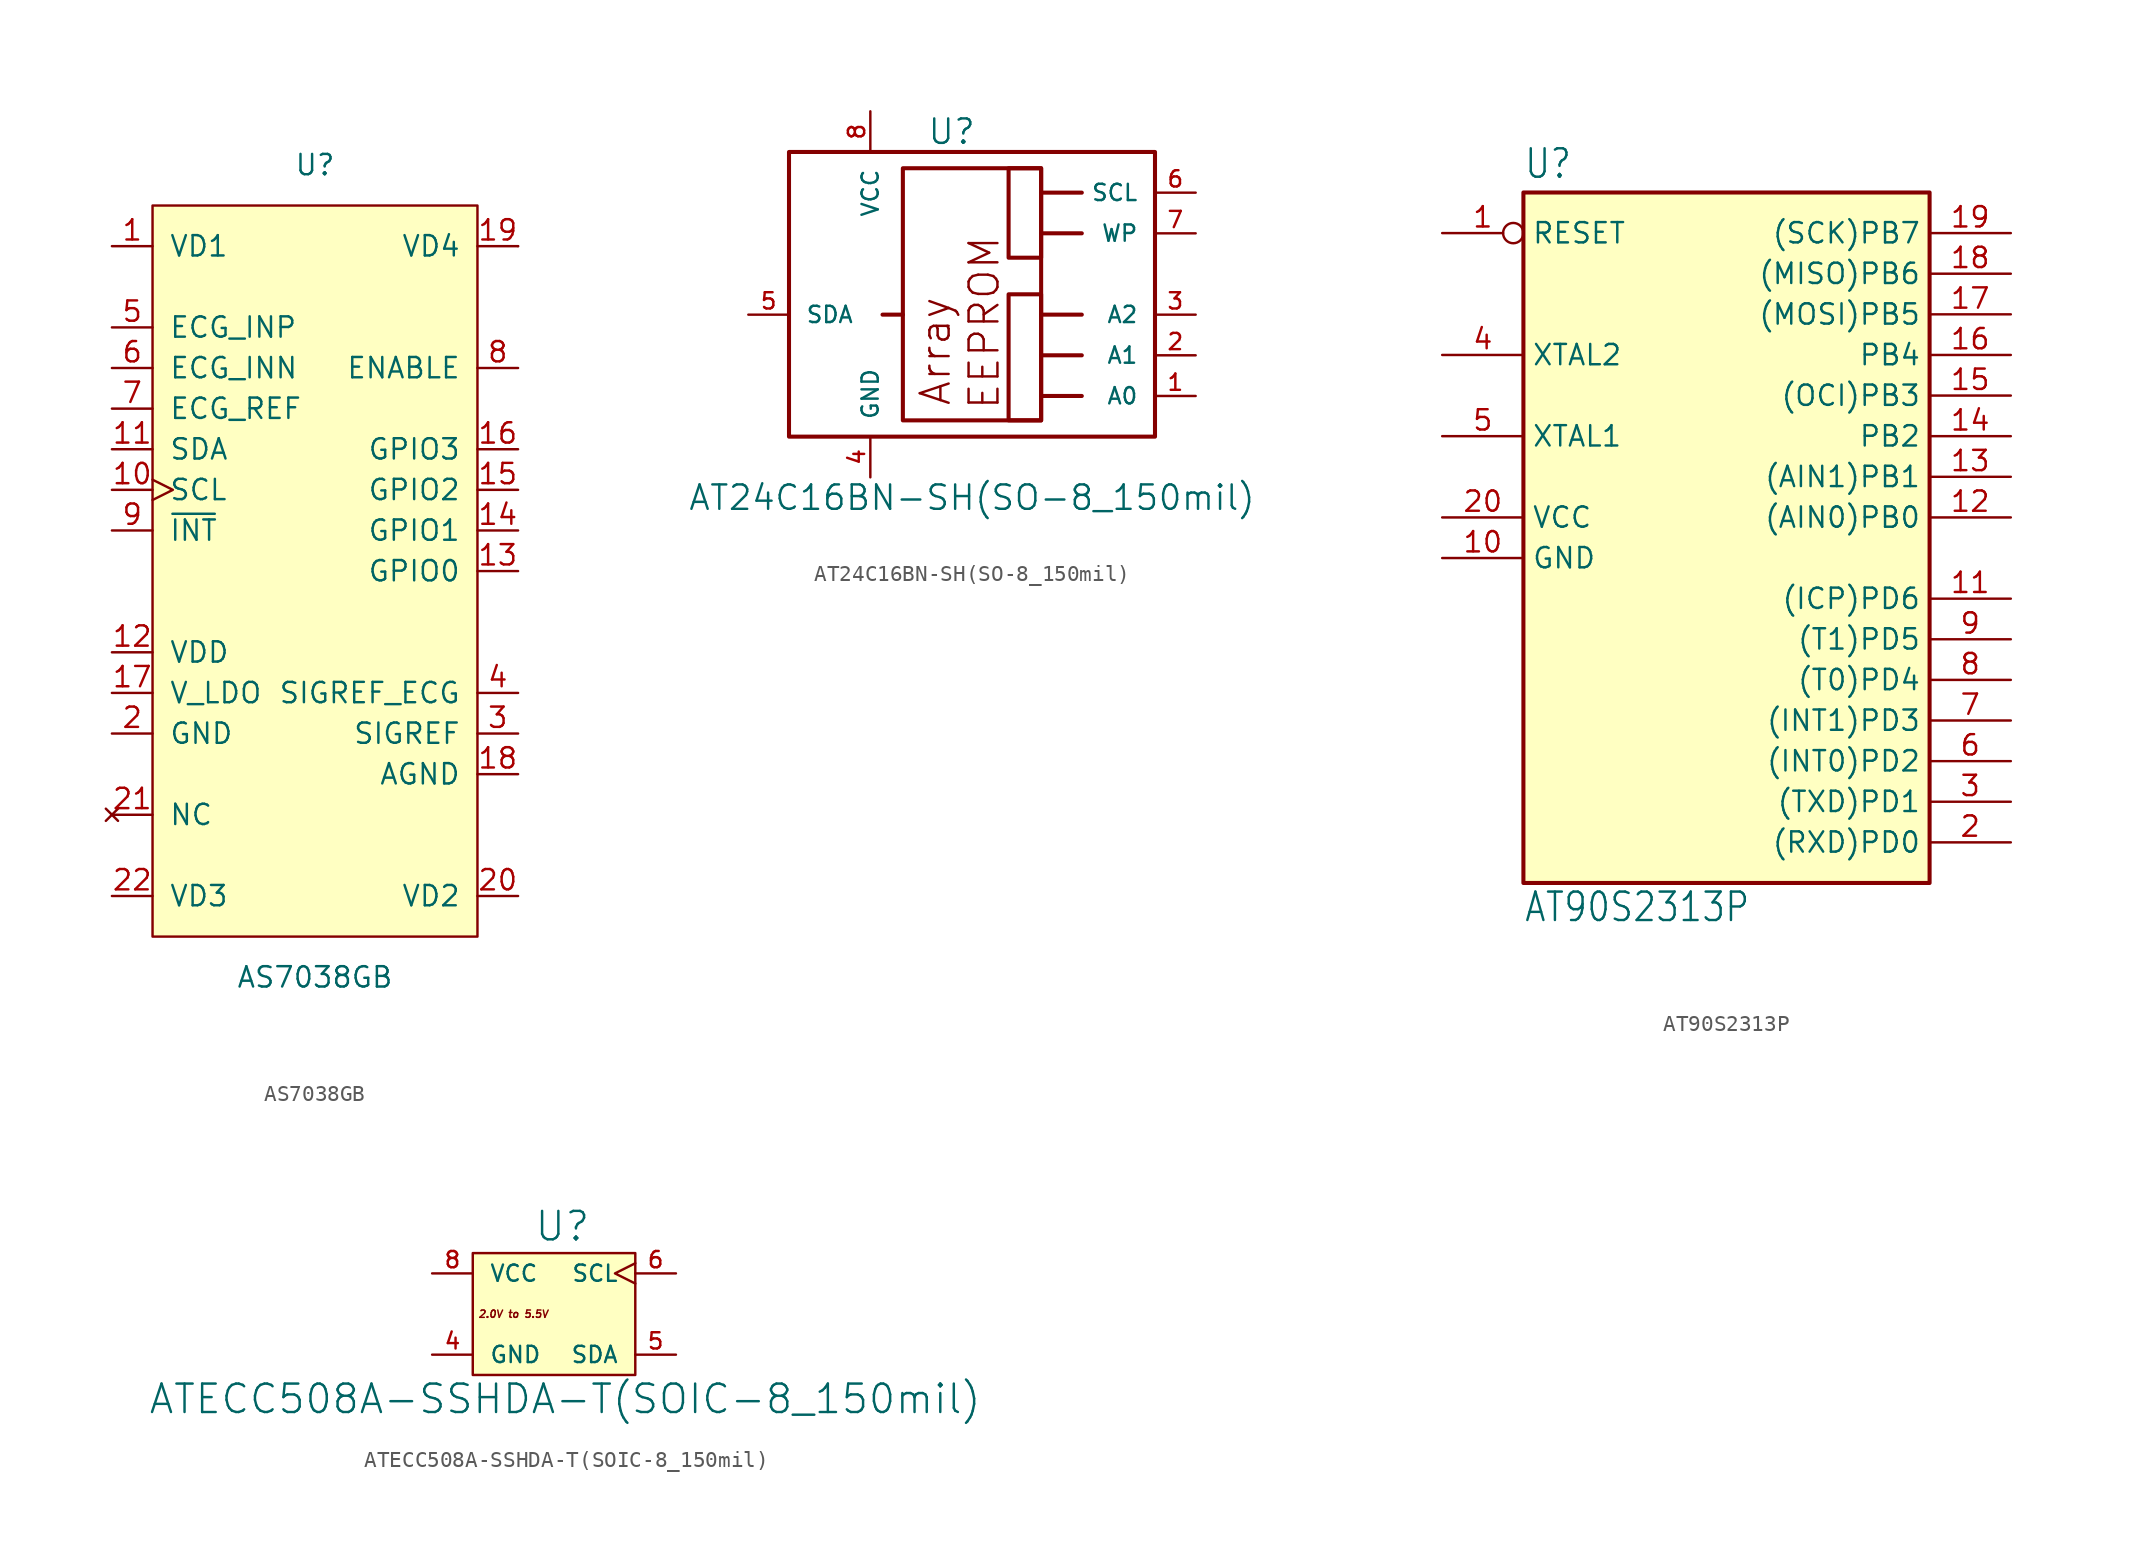
<source format=kicad_sym>
(kicad_symbol_lib
  (version 20220914)
  (generator kicad_symbol_editor)
  (symbol "AS7038GB"
    (pin_names
      (offset 1.016))
    (property "Reference" "U"
      (at 0 25.4 0)
      (effects (font (size 1.27 1.27))))
    (property "Value" "AS7038GB"
      (at 0 -25.4 0)
      (effects (font (size 1.27 1.27))))
    (symbol "AS7038GB_0_1"
      (rectangle (start -10.16 22.86) (end 10.16 -22.86) (stroke (width 0) (type solid)) (fill (type background)))
      (rectangle (start 12.7 20.32) (end 12.7 20.32) (stroke (width 0) (type solid)) (fill (type none))))
    (symbol "AS7038GB_1_1"
      (pin input line (at -12.7 20.32 0) (length 2.54) (name "VD1" (effects (font (size 1.27 1.27)))) (number "1" (effects (font (size 1.27 1.27)))))
      (pin input clock (at -12.7 5.08 0) (length 2.54) (name "SCL" (effects (font (size 1.27 1.27)))) (number "10" (effects (font (size 1.27 1.27)))))
      (pin input line (at -12.7 7.62 0) (length 2.54) (name "SDA" (effects (font (size 1.27 1.27)))) (number "11" (effects (font (size 1.27 1.27)))))
      (pin power_in line (at -12.7 -5.08 0) (length 2.54) (name "VDD" (effects (font (size 1.27 1.27)))) (number "12" (effects (font (size 1.27 1.27)))))
      (pin bidirectional line (at 12.7 0 180) (length 2.54) (name "GPIO0" (effects (font (size 1.27 1.27)))) (number "13" (effects (font (size 1.27 1.27)))))
      (pin bidirectional line (at 12.7 2.54 180) (length 2.54) (name "GPIO1" (effects (font (size 1.27 1.27)))) (number "14" (effects (font (size 1.27 1.27)))))
      (pin bidirectional line (at 12.7 5.08 180) (length 2.54) (name "GPIO2" (effects (font (size 1.27 1.27)))) (number "15" (effects (font (size 1.27 1.27)))))
      (pin bidirectional line (at 12.7 7.62 180) (length 2.54) (name "GPIO3" (effects (font (size 1.27 1.27)))) (number "16" (effects (font (size 1.27 1.27)))))
      (pin output line (at -12.7 -7.62 0) (length 2.54) (name "V_LDO" (effects (font (size 1.27 1.27)))) (number "17" (effects (font (size 1.27 1.27)))))
      (pin power_in line (at 12.7 -12.7 180) (length 2.54) (name "AGND" (effects (font (size 1.27 1.27)))) (number "18" (effects (font (size 1.27 1.27)))))
      (pin input line (at 12.7 20.32 180) (length 2.54) (name "VD4" (effects (font (size 1.27 1.27)))) (number "19" (effects (font (size 1.27 1.27)))))
      (pin power_in line (at -12.7 -10.16 0) (length 2.54) (name "GND" (effects (font (size 1.27 1.27)))) (number "2" (effects (font (size 1.27 1.27)))))
      (pin input line (at 12.7 -20.32 180) (length 2.54) (name "VD2" (effects (font (size 1.27 1.27)))) (number "20" (effects (font (size 1.27 1.27)))))
      (pin no_connect line (at -12.7 -15.24 0) (length 2.54) (name "NC" (effects (font (size 1.27 1.27)))) (number "21" (effects (font (size 1.27 1.27)))))
      (pin input line (at -12.7 -20.32 0) (length 2.54) (name "VD3" (effects (font (size 1.27 1.27)))) (number "22" (effects (font (size 1.27 1.27)))))
      (pin output line (at 12.7 -10.16 180) (length 2.54) (name "SIGREF" (effects (font (size 1.27 1.27)))) (number "3" (effects (font (size 1.27 1.27)))))
      (pin output line (at 12.7 -7.62 180) (length 2.54) (name "SIGREF_ECG" (effects (font (size 1.27 1.27)))) (number "4" (effects (font (size 1.27 1.27)))))
      (pin input line (at -12.7 15.24 0) (length 2.54) (name "ECG_INP" (effects (font (size 1.27 1.27)))) (number "5" (effects (font (size 1.27 1.27)))))
      (pin input line (at -12.7 12.7 0) (length 2.54) (name "ECG_INN" (effects (font (size 1.27 1.27)))) (number "6" (effects (font (size 1.27 1.27)))))
      (pin output line (at -12.7 10.16 0) (length 2.54) (name "ECG_REF" (effects (font (size 1.27 1.27)))) (number "7" (effects (font (size 1.27 1.27)))))
      (pin input line (at 12.7 12.7 180) (length 2.54) (name "ENABLE" (effects (font (size 1.27 1.27)))) (number "8" (effects (font (size 1.27 1.27)))))
      (pin open_collector line (at -12.7 2.54 0) (length 2.54) (name "~{INT}" (effects (font (size 1.27 1.27)))) (number "9" (effects (font (size 1.27 1.27)))))))
  (symbol "AT24C16BN-SH(SO-8_150mil)"
    (pin_names
      (offset 1.016))
    (property "Reference" "U"
      (at 0 8.89 0)
      (effects (font (size 1.524 1.524))))
    (property "Value" "AT24C16BN-SH(SO-8_150mil)"
      (at 1.27 -13.97 0)
      (effects (font (size 1.524 1.524))))
    (property "Footprint" ""
      (at -10.16 -10.16 0)
      (effects (font (size 1.524 1.524))))
    (property "Datasheet" ""
      (at -10.16 -10.16 0)
      (effects (font (size 1.524 1.524))))
    (symbol "AT24C16BN-SH(SO-8_150mil)_0_0"
      (polyline (pts (xy -3.048 -2.54) (xy -4.318 -2.54)) (stroke (width 0.254) (type solid)) (fill (type none)))
      (polyline (pts (xy 5.588 -7.62) (xy 8.128 -7.62)) (stroke (width 0.254) (type solid)) (fill (type none)))
      (polyline (pts (xy 5.588 -5.08) (xy 8.128 -5.08)) (stroke (width 0.254) (type solid)) (fill (type none)))
      (polyline (pts (xy 5.588 -2.54) (xy 8.128 -2.54)) (stroke (width 0.254) (type solid)) (fill (type none)))
      (polyline (pts (xy 5.588 2.54) (xy 8.128 2.54)) (stroke (width 0.254) (type solid)) (fill (type none)))
      (polyline (pts (xy 5.588 5.08) (xy 8.128 5.08)) (stroke (width 0.254) (type solid)) (fill (type none)))
      (rectangle (start 3.556 6.604) (end 5.588 1.016) (stroke (width 0.254) (type solid)) (fill (type none)))
      (rectangle (start 5.588 -1.27) (end 3.556 -9.144) (stroke (width 0.254) (type solid)) (fill (type none)))
      (text "Array" (at -1.016 -4.826 900) (effects (font (size 1.803 1.803))))
      (text "EEPROM" (at 2.032 -3.048 900) (effects (font (size 1.803 1.803)))))
    (symbol "AT24C16BN-SH(SO-8_150mil)_1_0"
      (rectangle (start -10.16 -10.16) (end 12.7 7.62) (stroke (width 0.254) (type solid)) (fill (type none)))
      (rectangle (start -3.048 6.604) (end 5.588 -9.144) (stroke (width 0.254) (type solid)) (fill (type none))))
    (symbol "AT24C16BN-SH(SO-8_150mil)_1_1"
      (pin input line (at 15.24 -7.62 180) (length 2.54) (name "A0" (effects (font (size 1.016 1.016)))) (number "1" (effects (font (size 1.016 1.016)))))
      (pin input line (at 15.24 -5.08 180) (length 2.54) (name "A1" (effects (font (size 1.016 1.016)))) (number "2" (effects (font (size 1.016 1.016)))))
      (pin input line (at 15.24 -2.54 180) (length 2.54) (name "A2" (effects (font (size 1.016 1.016)))) (number "3" (effects (font (size 1.016 1.016)))))
      (pin power_in line (at -5.08 -12.7 90) (length 2.54) (name "GND" (effects (font (size 1.016 1.016)))) (number "4" (effects (font (size 1.016 1.016)))))
      (pin bidirectional line (at -12.7 -2.54 0) (length 2.54) (name "SDA" (effects (font (size 1.016 1.016)))) (number "5" (effects (font (size 1.016 1.016)))))
      (pin input line (at 15.24 5.08 180) (length 2.54) (name "SCL" (effects (font (size 1.016 1.016)))) (number "6" (effects (font (size 1.016 1.016)))))
      (pin input line (at 15.24 2.54 180) (length 2.54) (name "WP" (effects (font (size 1.016 1.016)))) (number "7" (effects (font (size 1.016 1.016)))))
      (pin power_in line (at -5.08 10.16 270) (length 2.54) (name "VCC" (effects (font (size 1.016 1.016)))) (number "8" (effects (font (size 1.016 1.016)))))))
  (symbol "AT90S2313P"
    (property "Reference" "U"
      (at -12.7 23.622 0)
      (effects (font (size 1.778 1.511)) (justify left bottom)))
    (property "Value" "AT90S2313P"
      (at -12.7 -22.86 0)
      (effects (font (size 1.778 1.511)) (justify left bottom)))
    (symbol "AT90S2313P_1_0"
      (rectangle (start -12.7 22.86) (end 12.7 -20.32) (stroke (width 0.254) (type default)) (fill (type background)))
      (pin bidirectional inverted (at -17.78 20.32 0) (length 5.08) (name "RESET" (effects (font (size 1.27 1.27)))) (number "1" (effects (font (size 1.27 1.27)))))
      (pin power_in line (at -17.78 0 0) (length 5.08) (name "GND" (effects (font (size 1.27 1.27)))) (number "10" (effects (font (size 1.27 1.27)))))
      (pin bidirectional line (at 17.78 -2.54 180) (length 5.08) (name "(ICP)PD6" (effects (font (size 1.27 1.27)))) (number "11" (effects (font (size 1.27 1.27)))))
      (pin bidirectional line (at 17.78 2.54 180) (length 5.08) (name "(AIN0)PB0" (effects (font (size 1.27 1.27)))) (number "12" (effects (font (size 1.27 1.27)))))
      (pin bidirectional line (at 17.78 5.08 180) (length 5.08) (name "(AIN1)PB1" (effects (font (size 1.27 1.27)))) (number "13" (effects (font (size 1.27 1.27)))))
      (pin bidirectional line (at 17.78 7.62 180) (length 5.08) (name "PB2" (effects (font (size 1.27 1.27)))) (number "14" (effects (font (size 1.27 1.27)))))
      (pin bidirectional line (at 17.78 10.16 180) (length 5.08) (name "(OCI)PB3" (effects (font (size 1.27 1.27)))) (number "15" (effects (font (size 1.27 1.27)))))
      (pin bidirectional line (at 17.78 12.7 180) (length 5.08) (name "PB4" (effects (font (size 1.27 1.27)))) (number "16" (effects (font (size 1.27 1.27)))))
      (pin bidirectional line (at 17.78 15.24 180) (length 5.08) (name "(MOSI)PB5" (effects (font (size 1.27 1.27)))) (number "17" (effects (font (size 1.27 1.27)))))
      (pin bidirectional line (at 17.78 17.78 180) (length 5.08) (name "(MISO)PB6" (effects (font (size 1.27 1.27)))) (number "18" (effects (font (size 1.27 1.27)))))
      (pin bidirectional line (at 17.78 20.32 180) (length 5.08) (name "(SCK)PB7" (effects (font (size 1.27 1.27)))) (number "19" (effects (font (size 1.27 1.27)))))
      (pin bidirectional line (at 17.78 -17.78 180) (length 5.08) (name "(RXD)PD0" (effects (font (size 1.27 1.27)))) (number "2" (effects (font (size 1.27 1.27)))))
      (pin power_in line (at -17.78 2.54 0) (length 5.08) (name "VCC" (effects (font (size 1.27 1.27)))) (number "20" (effects (font (size 1.27 1.27)))))
      (pin bidirectional line (at 17.78 -15.24 180) (length 5.08) (name "(TXD)PD1" (effects (font (size 1.27 1.27)))) (number "3" (effects (font (size 1.27 1.27)))))
      (pin bidirectional line (at -17.78 12.7 0) (length 5.08) (name "XTAL2" (effects (font (size 1.27 1.27)))) (number "4" (effects (font (size 1.27 1.27)))))
      (pin bidirectional line (at -17.78 7.62 0) (length 5.08) (name "XTAL1" (effects (font (size 1.27 1.27)))) (number "5" (effects (font (size 1.27 1.27)))))
      (pin bidirectional line (at 17.78 -12.7 180) (length 5.08) (name "(INT0)PD2" (effects (font (size 1.27 1.27)))) (number "6" (effects (font (size 1.27 1.27)))))
      (pin bidirectional line (at 17.78 -10.16 180) (length 5.08) (name "(INT1)PD3" (effects (font (size 1.27 1.27)))) (number "7" (effects (font (size 1.27 1.27)))))
      (pin bidirectional line (at 17.78 -7.62 180) (length 5.08) (name "(T0)PD4" (effects (font (size 1.27 1.27)))) (number "8" (effects (font (size 1.27 1.27)))))
      (pin bidirectional line (at 17.78 -5.08 180) (length 5.08) (name "(T1)PD5" (effects (font (size 1.27 1.27)))) (number "9" (effects (font (size 1.27 1.27)))))))
  (symbol "ATECC508A-SSHDA-T(SOIC-8_150mil)"
    (pin_names
      (offset 1.016))
    (property "Reference" "U"
      (at -1.27 4.445 0)
      (effects (font (size 1.778 1.778)) (justify left bottom)))
    (property "Value" "ATECC508A-SSHDA-T(SOIC-8_150mil)"
      (at -25.4 -6.35 0)
      (effects (font (size 1.778 1.778)) (justify left bottom)))
    (property "Datasheet" ""
      (at 0 0 0)
      (effects (font (size 1.524 1.524))))
    (symbol "ATECC508A-SSHDA-T(SOIC-8_150mil)_0_0"
      (text "2.0V to 5.5V" (at -2.54 0 0) (effects (font (size 0.457 0.457) bold italic))))
    (symbol "ATECC508A-SSHDA-T(SOIC-8_150mil)_0_1"
      (rectangle (start -5.08 3.81) (end 5.08 -3.81) (stroke (width 0) (type solid)) (fill (type background))))
    (symbol "ATECC508A-SSHDA-T(SOIC-8_150mil)_1_1"
      (pin power_in line (at -7.62 -2.54 0) (length 2.54) (name "GND" (effects (font (size 1.016 1.016)))) (number "4" (effects (font (size 1.016 1.016)))))
      (pin bidirectional line (at 7.62 -2.54 180) (length 2.54) (name "SDA" (effects (font (size 1.016 1.016)))) (number "5" (effects (font (size 1.016 1.016)))))
      (pin input clock (at 7.62 2.54 180) (length 2.54) (name "SCL" (effects (font (size 1.016 1.016)))) (number "6" (effects (font (size 1.016 1.016)))))
      (pin power_in line (at -7.62 2.54 0) (length 2.54) (name "VCC" (effects (font (size 1.016 1.016)))) (number "8" (effects (font (size 1.016 1.016))))))))
</source>
